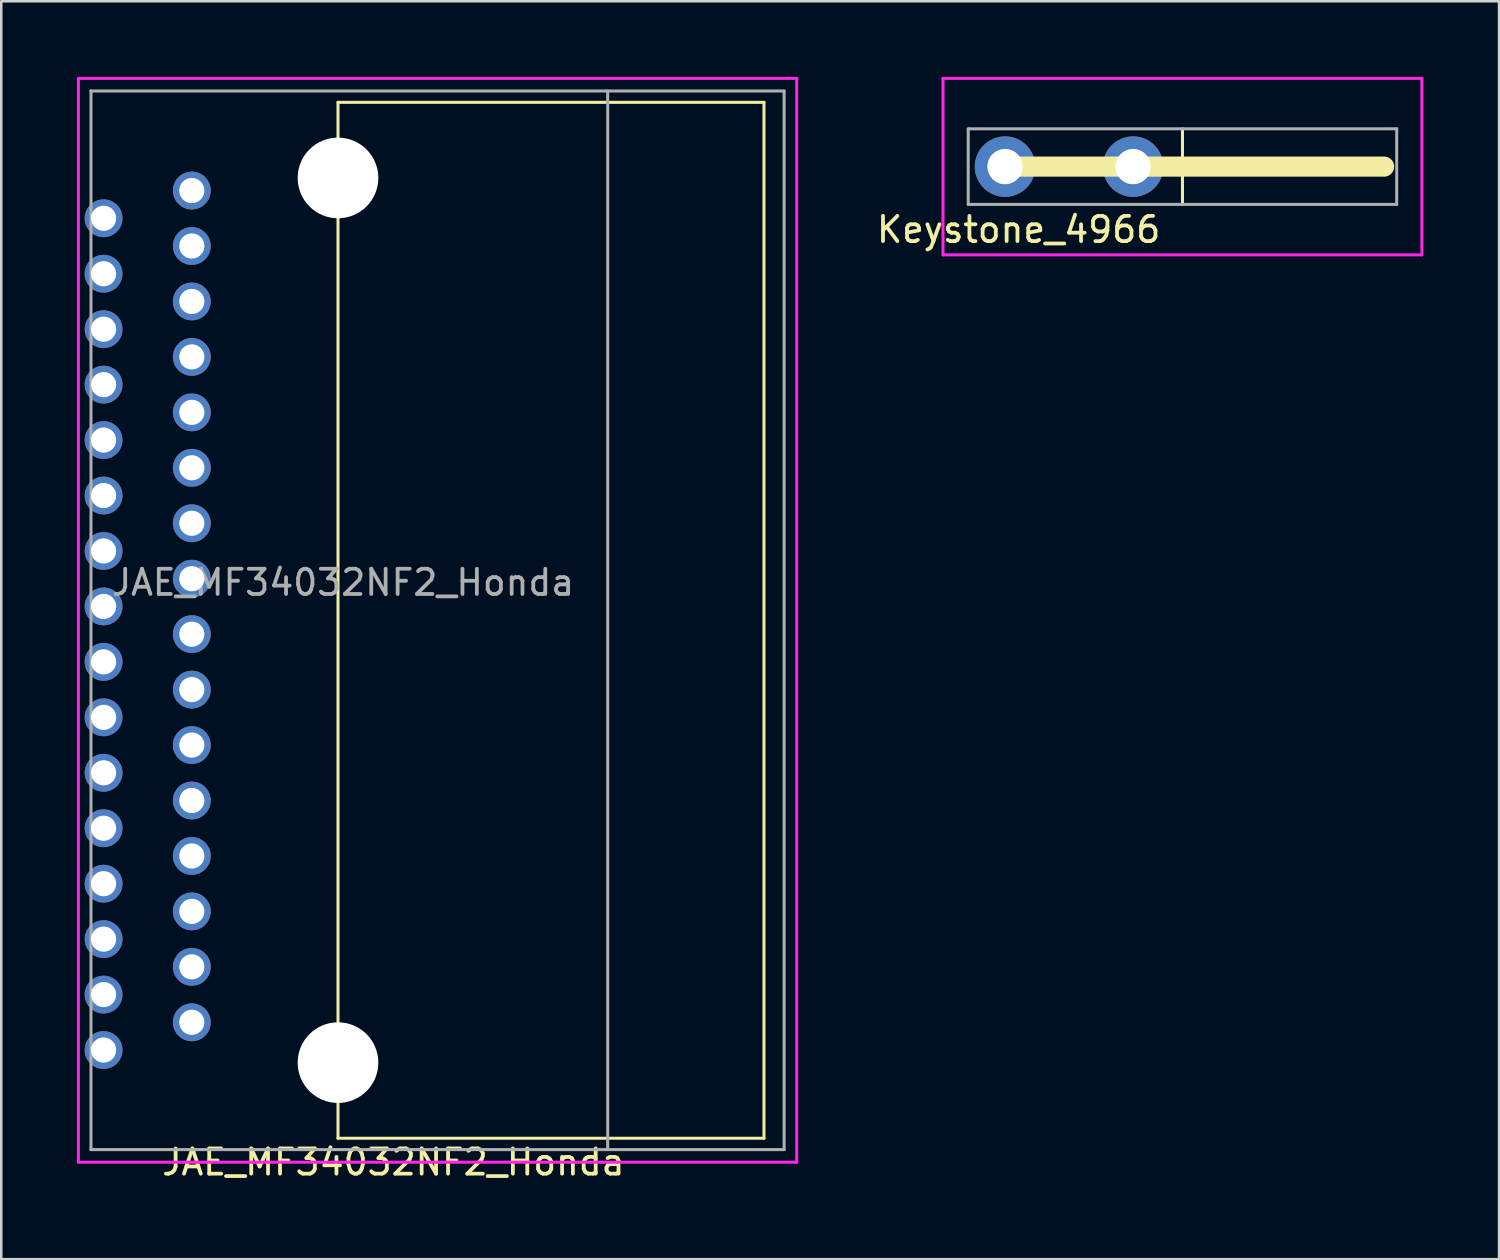
<source format=kicad_pcb>
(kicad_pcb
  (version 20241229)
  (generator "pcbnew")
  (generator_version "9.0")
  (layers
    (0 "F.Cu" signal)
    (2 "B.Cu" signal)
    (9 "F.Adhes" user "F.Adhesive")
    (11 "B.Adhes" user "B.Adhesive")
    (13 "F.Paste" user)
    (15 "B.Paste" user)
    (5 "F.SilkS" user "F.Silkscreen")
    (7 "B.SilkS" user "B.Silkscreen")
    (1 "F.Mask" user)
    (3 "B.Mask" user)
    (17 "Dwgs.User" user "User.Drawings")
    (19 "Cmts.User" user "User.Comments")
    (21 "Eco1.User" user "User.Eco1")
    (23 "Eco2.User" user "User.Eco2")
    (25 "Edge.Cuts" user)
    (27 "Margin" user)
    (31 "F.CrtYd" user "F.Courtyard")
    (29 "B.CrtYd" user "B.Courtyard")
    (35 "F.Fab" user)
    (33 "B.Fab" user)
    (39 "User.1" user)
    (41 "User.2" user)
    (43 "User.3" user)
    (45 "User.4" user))
  (footprint "Keystone_4966"
    (layer "F.Cu")
    (at 39.364 3.56)
    (property "Reference" "Keystone_4966" (at -2 2.5 0) (layer "F.SilkS") (effects (font (size 1 1) (thickness 0.15))))
    (attr through_hole)
    (fp_line (start -2.5 0) (end 12.5 0) (stroke (width 0.8) (type solid)) (layer "F.SilkS"))
    (fp_line (start 4.5 -1.5) (end 4.5 1.5) (stroke (width 0.12) (type solid)) (layer "F.SilkS"))
    (fp_line (start -5 -3.5) (end -5 3.5) (stroke (width 0.12) (type solid)) (layer "F.CrtYd"))
    (fp_line (start -5 -3.5) (end 14 -3.5) (stroke (width 0.12) (type solid)) (layer "F.CrtYd"))
    (fp_line (start 14 -3.5) (end 14 3.5) (stroke (width 0.12) (type solid)) (layer "F.CrtYd"))
    (fp_line (start 14 3.5) (end -5 3.5) (stroke (width 0.12) (type solid)) (layer "F.CrtYd"))
    (fp_line (start -4 -1.5) (end -4 1.5) (stroke (width 0.12) (type solid)) (layer "F.Fab"))
    (fp_line (start -4 1.5) (end 13 1.5) (stroke (width 0.12) (type solid)) (layer "F.Fab"))
    (fp_line (start 13 -1.5) (end -4 -1.5) (stroke (width 0.12) (type solid)) (layer "F.Fab"))
    (fp_line (start 13 1.5) (end 13 -1.5) (stroke (width 0.12) (type solid)) (layer "F.Fab"))
    (pad "1" thru_hole circle (at -2.54 0) (size 2.4 2.4) (drill 1.4) (layers "*.Cu" "*.Mask"))
    (pad "1" thru_hole circle (at 2.54 0) (size 2.4 2.4) (drill 1.4) (layers "*.Cu" "*.Mask")))
  (footprint "JAE_MF34032NF2_Honda"
    (layer "F.Cu")
    (at 4.56 21.56)
    (property "Reference" "JAE_MF34032NF2_Honda" (at 8 21.5 0) (layer "F.SilkS") (effects (font (size 1 1) (thickness 0.15))))
    (attr through_hole)
    (fp_line (start 5.8 -20.55) (end 5.8 20.55) (stroke (width 0.12) (type solid)) (layer "F.SilkS"))
    (fp_line (start 5.8 -20.55) (end 22.7 -20.55) (stroke (width 0.12) (type solid)) (layer "F.SilkS"))
    (fp_line (start 5.8 20.55) (end 22.7 20.55) (stroke (width 0.12) (type solid)) (layer "F.SilkS"))
    (fp_line (start 22.7 20.55) (end 22.7 -20.55) (stroke (width 0.12) (type solid)) (layer "F.SilkS"))
    (fp_line (start -4.5 -21.5) (end 24 -21.5) (stroke (width 0.12) (type solid)) (layer "F.CrtYd"))
    (fp_line (start -4.5 21.5) (end -4.5 -21.5) (stroke (width 0.12) (type solid)) (layer "F.CrtYd"))
    (fp_line (start -4.5 21.5) (end 24 21.5) (stroke (width 0.12) (type solid)) (layer "F.CrtYd"))
    (fp_line (start 24 -21.5) (end 24 21.5) (stroke (width 0.12) (type solid)) (layer "F.CrtYd"))
    (fp_line (start -4 -21) (end 23.5 -21) (stroke (width 0.12) (type solid)) (layer "F.Fab"))
    (fp_line (start -4 21) (end -4 -21) (stroke (width 0.12) (type solid)) (layer "F.Fab"))
    (fp_line (start 16.5 -21) (end 16.5 21) (stroke (width 0.12) (type solid)) (layer "F.Fab"))
    (fp_line (start 23.5 -21) (end 23.5 21) (stroke (width 0.12) (type solid)) (layer "F.Fab"))
    (fp_line (start 23.5 21) (end -4 21) (stroke (width 0.12) (type solid)) (layer "F.Fab"))
    (fp_text user "${REFERENCE}" (at 6 -1.5 0) (layer "F.Fab") (effects (font (size 1 1) (thickness 0.15))))
    (pad "" np_thru_hole circle (at 5.8 -17.55) (size 3.2 3.2) (drill 3.2) (layers "*.Cu" "*.Mask"))
    (pad "" np_thru_hole circle (at 5.8 17.55) (size 3.2 3.2) (drill 3.2) (layers "*.Cu" "*.Mask"))
    (pad "1" thru_hole circle (at -3.5 -15.95) (size 1.5 1.5) (drill 1) (layers "*.Cu" "*.Mask"))
    (pad "2" thru_hole circle (at -3.5 -13.75) (size 1.5 1.5) (drill 1) (layers "*.Cu" "*.Mask"))
    (pad "3" thru_hole circle (at -3.5 -11.55) (size 1.5 1.5) (drill 1) (layers "*.Cu" "*.Mask"))
    (pad "4" thru_hole circle (at -3.5 -9.35) (size 1.5 1.5) (drill 1) (layers "*.Cu" "*.Mask"))
    (pad "5" thru_hole circle (at -3.5 -7.15) (size 1.5 1.5) (drill 1) (layers "*.Cu" "*.Mask"))
    (pad "6" thru_hole circle (at -3.5 -4.95) (size 1.5 1.5) (drill 1) (layers "*.Cu" "*.Mask"))
    (pad "7" thru_hole circle (at -3.5 -2.75) (size 1.5 1.5) (drill 1) (layers "*.Cu" "*.Mask"))
    (pad "8" thru_hole circle (at -3.5 -0.55) (size 1.5 1.5) (drill 1) (layers "*.Cu" "*.Mask"))
    (pad "9" thru_hole circle (at -3.5 1.65) (size 1.5 1.5) (drill 1) (layers "*.Cu" "*.Mask"))
    (pad "10" thru_hole circle (at -3.5 3.85) (size 1.5 1.5) (drill 1) (layers "*.Cu" "*.Mask"))
    (pad "11" thru_hole circle (at -3.5 6.05) (size 1.5 1.5) (drill 1) (layers "*.Cu" "*.Mask"))
    (pad "12" thru_hole circle (at -3.5 8.25) (size 1.5 1.5) (drill 1) (layers "*.Cu" "*.Mask"))
    (pad "13" thru_hole circle (at -3.5 10.45) (size 1.5 1.5) (drill 1) (layers "*.Cu" "*.Mask"))
    (pad "14" thru_hole circle (at -3.5 12.65) (size 1.5 1.5) (drill 1) (layers "*.Cu" "*.Mask"))
    (pad "15" thru_hole circle (at -3.5 14.85) (size 1.5 1.5) (drill 1) (layers "*.Cu" "*.Mask"))
    (pad "16" thru_hole circle (at -3.5 17.05) (size 1.5 1.5) (drill 1) (layers "*.Cu" "*.Mask"))
    (pad "17" thru_hole circle (at 0 -17.05) (size 1.5 1.5) (drill 1) (layers "*.Cu" "*.Mask"))
    (pad "18" thru_hole circle (at 0 -14.85) (size 1.5 1.5) (drill 1) (layers "*.Cu" "*.Mask"))
    (pad "19" thru_hole circle (at 0 -12.65) (size 1.5 1.5) (drill 1) (layers "*.Cu" "*.Mask"))
    (pad "20" thru_hole circle (at 0 -10.45) (size 1.5 1.5) (drill 1) (layers "*.Cu" "*.Mask"))
    (pad "21" thru_hole circle (at 0 -8.25) (size 1.5 1.5) (drill 1) (layers "*.Cu" "*.Mask"))
    (pad "22" thru_hole circle (at 0 -6.05) (size 1.5 1.5) (drill 1) (layers "*.Cu" "*.Mask"))
    (pad "23" thru_hole circle (at 0 -3.85) (size 1.5 1.5) (drill 1) (layers "*.Cu" "*.Mask"))
    (pad "24" thru_hole circle (at 0 -1.65) (size 1.5 1.5) (drill 1) (layers "*.Cu" "*.Mask"))
    (pad "25" thru_hole circle (at 0 0.55) (size 1.5 1.5) (drill 1) (layers "*.Cu" "*.Mask"))
    (pad "26" thru_hole circle (at 0 2.75) (size 1.5 1.5) (drill 1) (layers "*.Cu" "*.Mask"))
    (pad "27" thru_hole circle (at 0 4.95) (size 1.5 1.5) (drill 1) (layers "*.Cu" "*.Mask"))
    (pad "28" thru_hole circle (at 0 7.15) (size 1.5 1.5) (drill 1) (layers "*.Cu" "*.Mask"))
    (pad "29" thru_hole circle (at 0 9.35) (size 1.5 1.5) (drill 1) (layers "*.Cu" "*.Mask"))
    (pad "30" thru_hole circle (at 0 11.55) (size 1.5 1.5) (drill 1) (layers "*.Cu" "*.Mask"))
    (pad "31" thru_hole circle (at 0 13.75) (size 1.5 1.5) (drill 1) (layers "*.Cu" "*.Mask"))
    (pad "32" thru_hole circle (at 0 15.95) (size 1.5 1.5) (drill 1) (layers "*.Cu" "*.Mask")))
  (gr_rect
    (start -3 -3)
    (end 56.424 46.908)
    (stroke (width 0.1) (type default))
    (fill no)
    (layer "Edge.Cuts")))
</source>
